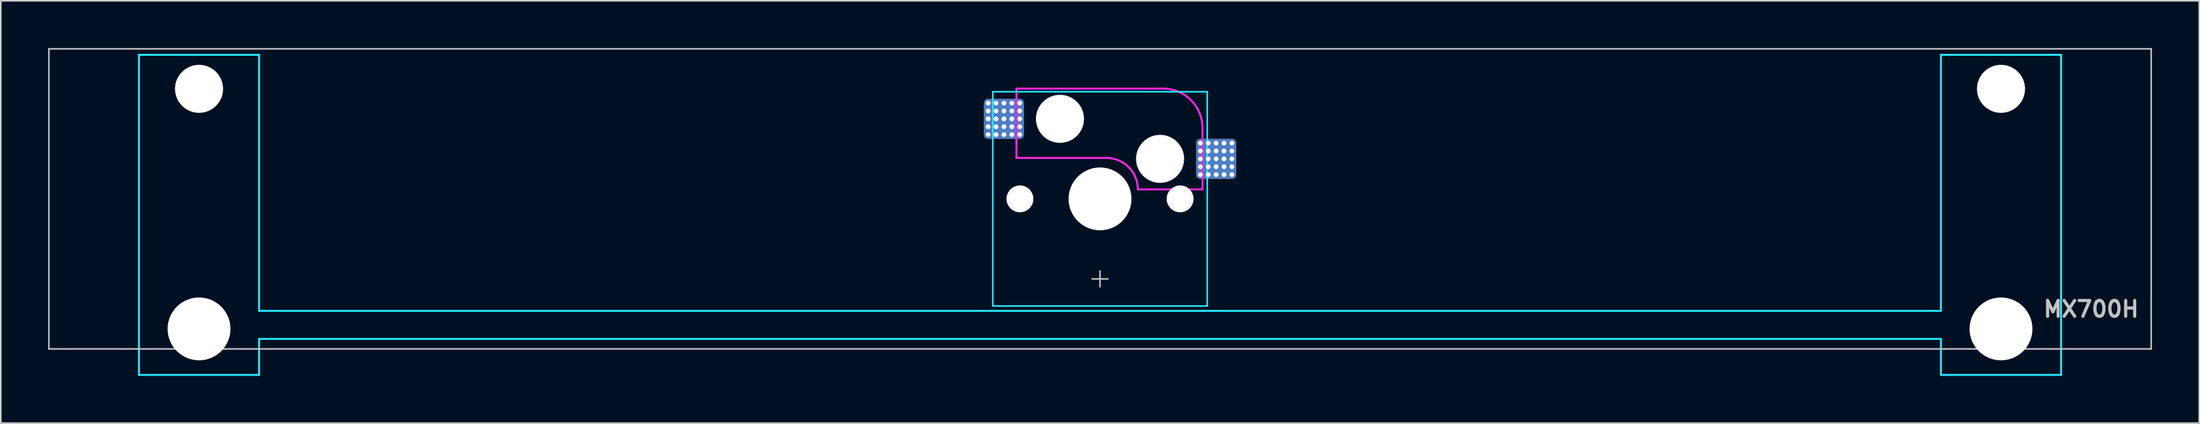
<source format=kicad_pcb>
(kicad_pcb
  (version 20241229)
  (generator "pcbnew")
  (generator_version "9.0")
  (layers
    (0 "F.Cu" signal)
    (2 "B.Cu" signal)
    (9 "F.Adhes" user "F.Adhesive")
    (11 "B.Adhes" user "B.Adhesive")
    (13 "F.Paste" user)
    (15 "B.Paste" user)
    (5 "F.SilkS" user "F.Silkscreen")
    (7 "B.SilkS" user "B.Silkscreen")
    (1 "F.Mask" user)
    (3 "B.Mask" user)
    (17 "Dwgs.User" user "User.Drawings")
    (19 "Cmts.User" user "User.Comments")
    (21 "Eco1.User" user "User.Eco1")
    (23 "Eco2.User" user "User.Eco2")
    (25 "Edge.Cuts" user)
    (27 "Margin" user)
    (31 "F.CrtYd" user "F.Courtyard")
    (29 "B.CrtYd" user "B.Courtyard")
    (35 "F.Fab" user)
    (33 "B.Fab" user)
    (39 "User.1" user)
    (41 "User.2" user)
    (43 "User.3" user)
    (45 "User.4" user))
  (footprint "MX700H"
    (layer "F.Cu")
    (at 66.725 9.575)
    (property "Reference" "MX700H" (at 66 7 0) (layer "Dwgs.User") (effects (font (size 1 1) (thickness 0.2)) (justify right)))
    (attr smd)
    (fp_line (start -66.675 -9.525) (end -66.675 9.525) (stroke (width 0.1) (type solid)) (layer "Dwgs.User"))
    (fp_line (start -66.675 -9.525) (end 66.675 -9.525) (stroke (width 0.1) (type solid)) (layer "Dwgs.User"))
    (fp_line (start -66.675 9.525) (end 66.675 9.525) (stroke (width 0.1) (type solid)) (layer "Dwgs.User"))
    (fp_line (start -0.5 5.08) (end 0.5 5.08) (stroke (width 0.1) (type solid)) (layer "Dwgs.User"))
    (fp_line (start 0 4.58) (end 0 5.58) (stroke (width 0.1) (type solid)) (layer "Dwgs.User"))
    (fp_line (start 66.675 -9.525) (end 66.675 9.525) (stroke (width 0.1) (type solid)) (layer "Dwgs.User"))
    (fp_line (start -60.65 -5.485) (end -60.65 8.515) (stroke (width 0.1) (type solid)) (layer "Eco1.User"))
    (fp_line (start -60.15 -5.985) (end -54.15 -5.985) (stroke (width 0.1) (type solid)) (layer "Eco1.User"))
    (fp_line (start -54.15 9.015) (end -60.15 9.015) (stroke (width 0.1) (type solid)) (layer "Eco1.User"))
    (fp_line (start -53.65 8.515) (end -53.65 -5.485) (stroke (width 0.1) (type solid)) (layer "Eco1.User"))
    (fp_line (start -7 -6.5) (end -7 6.5) (stroke (width 0.1) (type solid)) (layer "Eco1.User"))
    (fp_line (start -6.5 7) (end 6.5 7) (stroke (width 0.1) (type solid)) (layer "Eco1.User"))
    (fp_line (start 6.5 -7) (end -6.5 -7) (stroke (width 0.1) (type solid)) (layer "Eco1.User"))
    (fp_line (start 7 6.5) (end 7 -6.5) (stroke (width 0.1) (type solid)) (layer "Eco1.User"))
    (fp_line (start 53.65 -5.485) (end 53.65 8.515) (stroke (width 0.1) (type solid)) (layer "Eco1.User"))
    (fp_line (start 54.15 -5.985) (end 60.15 -5.985) (stroke (width 0.1) (type solid)) (layer "Eco1.User"))
    (fp_line (start 60.15 9.015) (end 54.15 9.015) (stroke (width 0.1) (type solid)) (layer "Eco1.User"))
    (fp_line (start 60.65 8.515) (end 60.65 -5.485) (stroke (width 0.1) (type solid)) (layer "Eco1.User"))
    (fp_arc (start -60.65 -5.485) (mid -60.503553 -5.838553) (end -60.15 -5.985) (stroke (width 0.1) (type solid)) (layer "Eco1.User"))
    (fp_arc (start -60.15 9.015) (mid -60.503553 8.868553) (end -60.65 8.515) (stroke (width 0.1) (type solid)) (layer "Eco1.User"))
    (fp_arc (start -54.15 -5.985) (mid -53.796447 -5.838553) (end -53.65 -5.485) (stroke (width 0.1) (type solid)) (layer "Eco1.User"))
    (fp_arc (start -53.65 8.515) (mid -53.796447 8.868553) (end -54.15 9.015) (stroke (width 0.1) (type solid)) (layer "Eco1.User"))
    (fp_arc (start -7 -6.5) (mid -6.853553 -6.853553) (end -6.5 -7) (stroke (width 0.1) (type solid)) (layer "Eco1.User"))
    (fp_arc (start -6.5 7) (mid -6.853553 6.853553) (end -7 6.5) (stroke (width 0.1) (type solid)) (layer "Eco1.User"))
    (fp_arc (start 6.5 -7) (mid 6.853553 -6.853553) (end 7 -6.5) (stroke (width 0.1) (type solid)) (layer "Eco1.User"))
    (fp_arc (start 7 6.5) (mid 6.853553 6.853553) (end 6.5 7) (stroke (width 0.1) (type solid)) (layer "Eco1.User"))
    (fp_arc (start 53.65 -5.485) (mid 53.796447 -5.838553) (end 54.15 -5.985) (stroke (width 0.1) (type solid)) (layer "Eco1.User"))
    (fp_arc (start 54.15 9.015) (mid 53.796447 8.868553) (end 53.65 8.515) (stroke (width 0.1) (type solid)) (layer "Eco1.User"))
    (fp_arc (start 60.15 -5.985) (mid 60.503553 -5.838553) (end 60.65 -5.485) (stroke (width 0.1) (type solid)) (layer "Eco1.User"))
    (fp_arc (start 60.65 8.515) (mid 60.503553 8.868553) (end 60.15 9.015) (stroke (width 0.1) (type solid)) (layer "Eco1.User"))
    (fp_line (start -60.96 -9.144) (end -53.34 -9.144) (stroke (width 0.12) (type solid)) (layer "B.CrtYd"))
    (fp_line (start -60.96 11.176) (end -60.96 -9.144) (stroke (width 0.12) (type solid)) (layer "B.CrtYd"))
    (fp_line (start -60.96 11.176) (end -53.34 11.176) (stroke (width 0.12) (type solid)) (layer "B.CrtYd"))
    (fp_line (start -53.34 7.112) (end -53.34 -9.144) (stroke (width 0.12) (type solid)) (layer "B.CrtYd"))
    (fp_line (start -53.34 7.112) (end 53.34 7.112) (stroke (width 0.12) (type solid)) (layer "B.CrtYd"))
    (fp_line (start -53.34 8.89) (end 53.34 8.89) (stroke (width 0.12) (type solid)) (layer "B.CrtYd"))
    (fp_line (start -53.34 11.176) (end -53.34 8.89) (stroke (width 0.12) (type solid)) (layer "B.CrtYd"))
    (fp_line (start -6.8 -6.8) (end -6.8 6.8) (stroke (width 0.1) (type solid)) (layer "B.CrtYd"))
    (fp_line (start 6.8 -6.8) (end -6.8 -6.8) (stroke (width 0.1) (type solid)) (layer "B.CrtYd"))
    (fp_line (start 6.8 -6.8) (end 6.8 6.8) (stroke (width 0.1) (type solid)) (layer "B.CrtYd"))
    (fp_line (start 6.8 6.8) (end -6.8 6.8) (stroke (width 0.1) (type solid)) (layer "B.CrtYd"))
    (fp_line (start 53.34 7.112) (end 53.34 -9.144) (stroke (width 0.12) (type solid)) (layer "B.CrtYd"))
    (fp_line (start 53.34 11.176) (end 53.34 8.89) (stroke (width 0.12) (type solid)) (layer "B.CrtYd"))
    (fp_line (start 60.96 -9.144) (end 53.34 -9.144) (stroke (width 0.12) (type solid)) (layer "B.CrtYd"))
    (fp_line (start 60.96 11.176) (end 53.34 11.176) (stroke (width 0.12) (type solid)) (layer "B.CrtYd"))
    (fp_line (start 60.96 11.176) (end 60.96 -9.144) (stroke (width 0.12) (type solid)) (layer "B.CrtYd"))
    (fp_line (start -5.3 -7) (end -5.3 -2.6) (stroke (width 0.127) (type solid)) (layer "F.CrtYd"))
    (fp_line (start -5.2 -7) (end -5.3 -7) (stroke (width 0.12) (type solid)) (layer "F.CrtYd"))
    (fp_line (start 0.4 -2.6) (end -5.3 -2.6) (stroke (width 0.127) (type solid)) (layer "F.CrtYd"))
    (fp_line (start 4 -7) (end -5.2 -7) (stroke (width 0.12) (type solid)) (layer "F.CrtYd"))
    (fp_line (start 6.5 -4.5) (end 6.5 -0.6) (stroke (width 0.12) (type solid)) (layer "F.CrtYd"))
    (fp_line (start 6.5 -0.6) (end 2.4 -0.6) (stroke (width 0.12) (type solid)) (layer "F.CrtYd"))
    (fp_arc (start 0.4 -2.6) (mid 1.814214 -2.014214) (end 2.4 -0.6) (stroke (width 0.127) (type solid)) (layer "F.CrtYd"))
    (fp_arc (start 4 -7) (mid 5.767767 -6.267767) (end 6.5 -4.5) (stroke (width 0.127) (type solid)) (layer "F.CrtYd"))
    (pad "" np_thru_hole circle (at -57.15 -6.985) (size 3.048 3.048) (drill 3.048) (layers "*.Cu" "*.Mask"))
    (pad "" np_thru_hole circle (at -57.15 8.255) (size 3.988 3.988) (drill 3.988) (layers "*.Cu" "*.Mask"))
    (pad "" np_thru_hole circle (at -5.08 0) (size 1.702 1.702) (drill 1.702) (layers "*.Cu" "*.Mask"))
    (pad "" np_thru_hole circle (at -2.54 -5.08) (size 3.048 3.048) (drill 3.048) (layers "*.Cu" "*.Mask"))
    (pad "" np_thru_hole circle (at 0 0) (size 3.988 3.988) (drill 3.988) (layers "*.Cu" "*.Mask"))
    (pad "" np_thru_hole circle (at 3.81 -2.54) (size 3.048 3.048) (drill 3.048) (layers "*.Cu" "*.Mask"))
    (pad "" np_thru_hole circle (at 5.08 0) (size 1.702 1.702) (drill 1.702) (layers "*.Cu" "*.Mask"))
    (pad "" np_thru_hole circle (at 57.15 -6.985) (size 3.048 3.048) (drill 3.048) (layers "*.Cu" "*.Mask"))
    (pad "" np_thru_hole circle (at 57.15 8.255) (size 3.988 3.988) (drill 3.988) (layers "*.Cu" "*.Mask"))
    (pad "1" thru_hole circle (at -7.096 -6.08) (size 0.3 0.3) (drill 0.3) (layers "*.Cu" "F.Mask"))
    (pad "1" thru_hole circle (at -7.096 -5.58) (size 0.3 0.3) (drill 0.3) (layers "*.Cu" "F.Mask"))
    (pad "1" thru_hole circle (at -7.096 -5.08) (size 0.3 0.3) (drill 0.3) (layers "*.Cu" "F.Mask"))
    (pad "1" thru_hole circle (at -7.096 -4.58) (size 0.3 0.3) (drill 0.3) (layers "*.Cu" "F.Mask"))
    (pad "1" thru_hole circle (at -7.096 -4.08) (size 0.3 0.3) (drill 0.3) (layers "*.Cu" "F.Mask"))
    (pad "1" thru_hole circle (at -6.596 -6.08) (size 0.3 0.3) (drill 0.3) (layers "*.Cu" "F.Mask"))
    (pad "1" thru_hole circle (at -6.596 -5.58) (size 0.3 0.3) (drill 0.3) (layers "*.Cu" "F.Mask"))
    (pad "1" thru_hole circle (at -6.596 -5.08) (size 0.3 0.3) (drill 0.3) (layers "*.Cu" "F.Mask"))
    (pad "1" thru_hole circle (at -6.596 -4.58) (size 0.3 0.3) (drill 0.3) (layers "*.Cu" "F.Mask"))
    (pad "1" thru_hole circle (at -6.596 -4.08) (size 0.3 0.3) (drill 0.3) (layers "*.Cu" "F.Mask"))
    (pad "1" thru_hole circle (at -6.096 -6.08) (size 0.3 0.3) (drill 0.3) (layers "*.Cu" "F.Mask"))
    (pad "1" thru_hole circle (at -6.096 -5.58) (size 0.3 0.3) (drill 0.3) (layers "*.Cu" "F.Mask"))
    (pad "1" thru_hole circle (at -6.096 -5.08) (size 0.3 0.3) (drill 0.3) (layers "*.Cu" "F.Mask"))
    (pad "1" smd roundrect (at -6.096 -5.08) (size 2.54 2.54) (layers "F.Cu" "F.Mask") (roundrect_rratio 0.1))
    (pad "1" smd roundrect (at -6.096 -5.08) (size 2.54 2.54) (layers "B.Cu") (roundrect_rratio 0.1))
    (pad "1" thru_hole circle (at -6.096 -4.58) (size 0.3 0.3) (drill 0.3) (layers "*.Cu" "F.Mask"))
    (pad "1" thru_hole circle (at -6.096 -4.08) (size 0.3 0.3) (drill 0.3) (layers "*.Cu" "F.Mask"))
    (pad "1" thru_hole circle (at -5.596 -6.08) (size 0.3 0.3) (drill 0.3) (layers "*.Cu" "F.Mask"))
    (pad "1" thru_hole circle (at -5.596 -5.58) (size 0.3 0.3) (drill 0.3) (layers "*.Cu" "F.Mask"))
    (pad "1" thru_hole circle (at -5.596 -5.08) (size 0.3 0.3) (drill 0.3) (layers "*.Cu" "F.Mask"))
    (pad "1" thru_hole circle (at -5.596 -4.58) (size 0.3 0.3) (drill 0.3) (layers "*.Cu" "F.Mask"))
    (pad "1" thru_hole circle (at -5.596 -4.08) (size 0.3 0.3) (drill 0.3) (layers "*.Cu" "F.Mask"))
    (pad "1" thru_hole circle (at -5.096 -6.08) (size 0.3 0.3) (drill 0.3) (layers "*.Cu" "F.Mask"))
    (pad "1" thru_hole circle (at -5.096 -5.58) (size 0.3 0.3) (drill 0.3) (layers "*.Cu" "F.Mask"))
    (pad "1" thru_hole circle (at -5.096 -5.08) (size 0.3 0.3) (drill 0.3) (layers "*.Cu" "F.Mask"))
    (pad "1" thru_hole circle (at -5.096 -4.58) (size 0.3 0.3) (drill 0.3) (layers "*.Cu" "F.Mask"))
    (pad "1" thru_hole circle (at -5.096 -4.08) (size 0.3 0.3) (drill 0.3) (layers "*.Cu" "F.Mask"))
    (pad "2" thru_hole circle (at 6.366 -3.54) (size 0.3 0.3) (drill 0.3) (layers "*.Cu" "F.Mask"))
    (pad "2" thru_hole circle (at 6.366 -3.04) (size 0.3 0.3) (drill 0.3) (layers "*.Cu" "F.Mask"))
    (pad "2" thru_hole circle (at 6.366 -2.54) (size 0.3 0.3) (drill 0.3) (layers "*.Cu" "F.Mask"))
    (pad "2" thru_hole circle (at 6.366 -2.04) (size 0.3 0.3) (drill 0.3) (layers "*.Cu" "F.Mask"))
    (pad "2" thru_hole circle (at 6.366 -1.54) (size 0.3 0.3) (drill 0.3) (layers "*.Cu" "F.Mask"))
    (pad "2" thru_hole circle (at 6.866 -3.54) (size 0.3 0.3) (drill 0.3) (layers "*.Cu" "F.Mask"))
    (pad "2" thru_hole circle (at 6.866 -3.04) (size 0.3 0.3) (drill 0.3) (layers "*.Cu" "F.Mask"))
    (pad "2" thru_hole circle (at 6.866 -2.54) (size 0.3 0.3) (drill 0.3) (layers "*.Cu" "F.Mask"))
    (pad "2" thru_hole circle (at 6.866 -2.04) (size 0.3 0.3) (drill 0.3) (layers "*.Cu" "F.Mask"))
    (pad "2" thru_hole circle (at 6.866 -1.54) (size 0.3 0.3) (drill 0.3) (layers "*.Cu" "F.Mask"))
    (pad "2" thru_hole circle (at 7.366 -3.54) (size 0.3 0.3) (drill 0.3) (layers "*.Cu" "F.Mask"))
    (pad "2" thru_hole circle (at 7.366 -3.04) (size 0.3 0.3) (drill 0.3) (layers "*.Cu" "F.Mask"))
    (pad "2" thru_hole circle (at 7.366 -2.54) (size 0.3 0.3) (drill 0.3) (layers "*.Cu" "F.Mask"))
    (pad "2" smd roundrect (at 7.366 -2.54) (size 2.54 2.54) (layers "F.Cu" "F.Mask") (roundrect_rratio 0.1))
    (pad "2" smd roundrect (at 7.366 -2.54) (size 2.54 2.54) (layers "B.Cu") (roundrect_rratio 0.1))
    (pad "2" thru_hole circle (at 7.366 -2.04) (size 0.3 0.3) (drill 0.3) (layers "*.Cu" "F.Mask"))
    (pad "2" thru_hole circle (at 7.366 -1.54) (size 0.3 0.3) (drill 0.3) (layers "*.Cu" "F.Mask"))
    (pad "2" thru_hole circle (at 7.866 -3.54) (size 0.3 0.3) (drill 0.3) (layers "*.Cu" "F.Mask"))
    (pad "2" thru_hole circle (at 7.866 -3.04) (size 0.3 0.3) (drill 0.3) (layers "*.Cu" "F.Mask"))
    (pad "2" thru_hole circle (at 7.866 -2.54) (size 0.3 0.3) (drill 0.3) (layers "*.Cu" "F.Mask"))
    (pad "2" thru_hole circle (at 7.866 -2.04) (size 0.3 0.3) (drill 0.3) (layers "*.Cu" "F.Mask"))
    (pad "2" thru_hole circle (at 7.866 -1.54) (size 0.3 0.3) (drill 0.3) (layers "*.Cu" "F.Mask"))
    (pad "2" thru_hole circle (at 8.366 -3.54) (size 0.3 0.3) (drill 0.3) (layers "*.Cu" "F.Mask"))
    (pad "2" thru_hole circle (at 8.366 -3.04) (size 0.3 0.3) (drill 0.3) (layers "*.Cu" "F.Mask"))
    (pad "2" thru_hole circle (at 8.366 -2.54) (size 0.3 0.3) (drill 0.3) (layers "*.Cu" "F.Mask"))
    (pad "2" thru_hole circle (at 8.366 -2.04) (size 0.3 0.3) (drill 0.3) (layers "*.Cu" "F.Mask"))
    (pad "2" thru_hole circle (at 8.366 -1.54) (size 0.3 0.3) (drill 0.3) (layers "*.Cu" "F.Mask")))
  (gr_rect
    (start -3 -3)
    (end 136.45 23.811)
    (stroke (width 0.1) (type default))
    (fill no)
    (layer "Edge.Cuts")))
</source>
